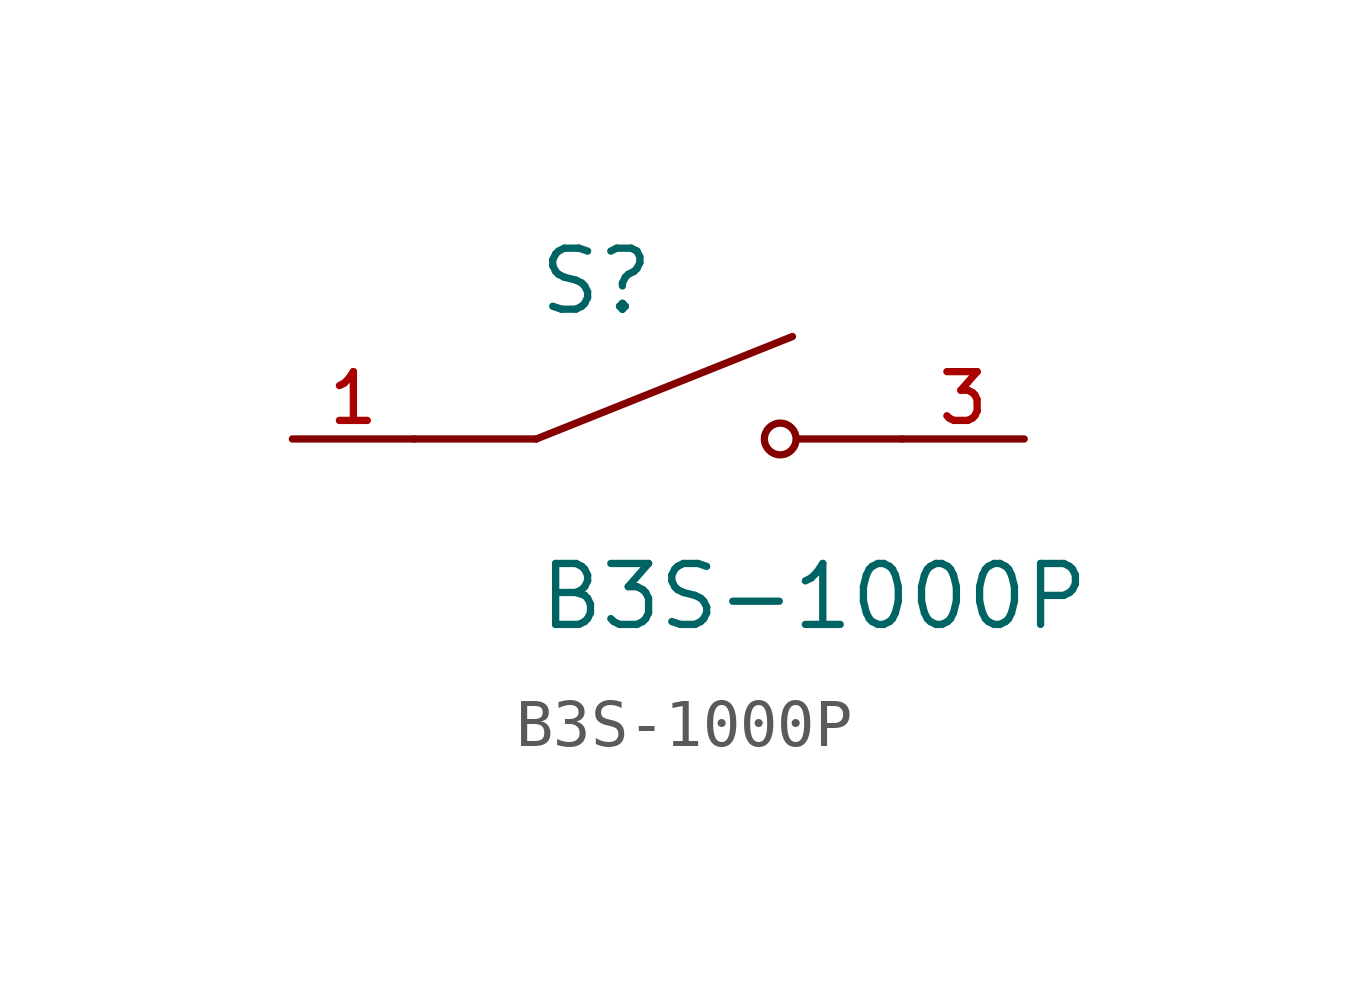
<source format=kicad_sym>
(kicad_symbol_lib
  (version 20211014)
  (generator kicad_symbol_editor)
  (symbol "B3S-1000P"
    (pin_names
      (offset 1.016))
    (property "Reference" "S"
      (at -2.54 2.54 0)
      (effects (font (size 1.27 1.27)) (justify bottom left)))
    (property "Value" "B3S-1000P"
      (at -2.54 -2.54 0)
      (effects (font (size 1.27 1.27)) (justify top left)))
    (symbol "B3S-1000P_0_0"
      (polyline (pts (xy -2.54 0.0) (xy 2.794 2.134)) (stroke (width 0.152)))
      (circle (center 2.54 0.0) (radius 0.33) (stroke (width 0.152)) (fill (type none)))
      (polyline (pts (xy 5.08 0.0) (xy 2.921 0.0)) (stroke (width 0.152)))
      (polyline (pts (xy -2.54 0.0) (xy -5.08 0.0)) (stroke (width 0.152)))
      (pin passive line (at -7.62 0.0 0) (length 2.54) (name "~" (effects (font (size 1.016 1.016)))) (number "1" (effects (font (size 1.016 1.016)))))
      (pin passive line (at -7.62 0.0 0) (length 2.54) hide (name "~" (effects (font (size 1.016 1.016)))) (number "2" (effects (font (size 1.016 1.016)))))
      (pin passive line (at 7.62 0.0 180.0) (length 2.54) (name "~" (effects (font (size 1.016 1.016)))) (number "3" (effects (font (size 1.016 1.016)))))
      (pin passive line (at 7.62 0.0 180.0) (length 2.54) hide (name "~" (effects (font (size 1.016 1.016)))) (number "4" (effects (font (size 1.016 1.016))))))))
</source>
